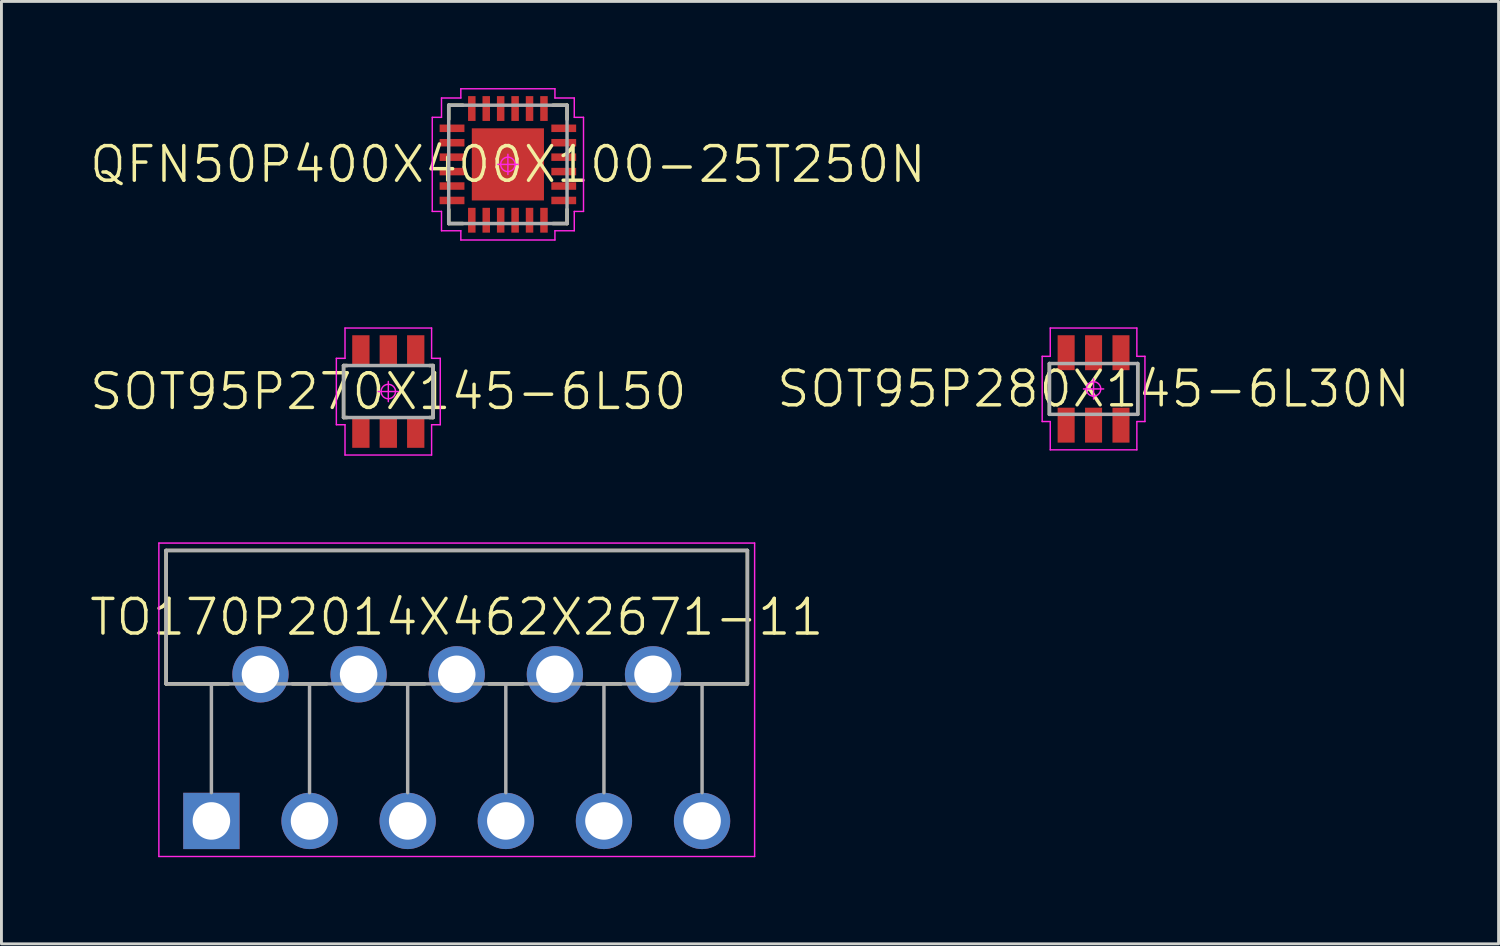
<source format=kicad_pcb>
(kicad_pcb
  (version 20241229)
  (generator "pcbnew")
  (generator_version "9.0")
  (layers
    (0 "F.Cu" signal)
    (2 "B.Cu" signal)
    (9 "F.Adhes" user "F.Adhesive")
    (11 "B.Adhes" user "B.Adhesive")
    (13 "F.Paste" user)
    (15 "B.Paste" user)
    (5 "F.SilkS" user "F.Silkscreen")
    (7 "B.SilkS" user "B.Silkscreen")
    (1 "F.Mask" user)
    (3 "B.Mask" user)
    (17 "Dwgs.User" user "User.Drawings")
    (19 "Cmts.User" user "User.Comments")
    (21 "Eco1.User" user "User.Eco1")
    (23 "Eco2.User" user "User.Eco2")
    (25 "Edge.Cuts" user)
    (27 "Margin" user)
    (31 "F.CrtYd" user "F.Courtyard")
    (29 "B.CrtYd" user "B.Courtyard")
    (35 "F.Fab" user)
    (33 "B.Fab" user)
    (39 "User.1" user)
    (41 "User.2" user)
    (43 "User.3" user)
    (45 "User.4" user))
  (footprint "SOT95P280X145-6L30N"
    (layer "F.Cu")
    (at 34.837 10.425)
    (property "Reference" "SOT95P280X145-6L30N" (at 0 0 0) (layer "F.SilkS") (effects (font (size 1.2 1.2) (thickness 0.12))))
    (attr smd)
    (fp_line (start -1.53 0.88) (end -1.53 -0.88) (stroke (width 0.12) (type solid)) (layer "F.SilkS"))
    (fp_line (start 1.53 0.88) (end 1.53 -0.88) (stroke (width 0.12) (type solid)) (layer "F.SilkS"))
    (fp_line (start -1.78 -1.13) (end -1.78 1.13) (stroke (width 0.05) (type solid)) (layer "F.CrtYd"))
    (fp_line (start -1.78 1.13) (end -1.5 1.13) (stroke (width 0.05) (type solid)) (layer "F.CrtYd"))
    (fp_line (start -1.5 -2.11) (end -1.5 -1.13) (stroke (width 0.05) (type solid)) (layer "F.CrtYd"))
    (fp_line (start -1.5 -1.13) (end -1.78 -1.13) (stroke (width 0.05) (type solid)) (layer "F.CrtYd"))
    (fp_line (start -1.5 1.13) (end -1.5 2.11) (stroke (width 0.05) (type solid)) (layer "F.CrtYd"))
    (fp_line (start -1.5 2.11) (end 1.5 2.11) (stroke (width 0.05) (type solid)) (layer "F.CrtYd"))
    (fp_line (start -0.35 0) (end 0.35 0) (stroke (width 0.05) (type solid)) (layer "F.CrtYd"))
    (fp_line (start 0 -0.35) (end 0 0.35) (stroke (width 0.05) (type solid)) (layer "F.CrtYd"))
    (fp_line (start 1.5 -2.11) (end -1.5 -2.11) (stroke (width 0.05) (type solid)) (layer "F.CrtYd"))
    (fp_line (start 1.5 -1.13) (end 1.5 -2.11) (stroke (width 0.05) (type solid)) (layer "F.CrtYd"))
    (fp_line (start 1.5 1.13) (end 1.78 1.13) (stroke (width 0.05) (type solid)) (layer "F.CrtYd"))
    (fp_line (start 1.5 2.11) (end 1.5 1.13) (stroke (width 0.05) (type solid)) (layer "F.CrtYd"))
    (fp_line (start 1.78 -1.13) (end 1.5 -1.13) (stroke (width 0.05) (type solid)) (layer "F.CrtYd"))
    (fp_line (start 1.78 1.13) (end 1.78 -1.13) (stroke (width 0.05) (type solid)) (layer "F.CrtYd"))
    (fp_circle (center 0 0) (end 0 0.25) (stroke (width 0.05) (type solid)) (fill no) (layer "F.CrtYd"))
    (fp_line (start -1.53 -0.88) (end 1.53 -0.88) (stroke (width 0.12) (type solid)) (layer "F.Fab"))
    (fp_line (start -1.53 0.88) (end -1.53 -0.88) (stroke (width 0.12) (type solid)) (layer "F.Fab"))
    (fp_line (start 1.53 -0.88) (end 1.53 0.88) (stroke (width 0.12) (type solid)) (layer "F.Fab"))
    (fp_line (start 1.53 0.88) (end -1.53 0.88) (stroke (width 0.12) (type solid)) (layer "F.Fab"))
    (pad "1" smd rect (at -0.95 1.255 90) (size 1.21 0.59) (layers "F.Cu" "F.Mask" "F.Paste"))
    (pad "2" smd rect (at 0 1.255 90) (size 1.21 0.59) (layers "F.Cu" "F.Mask" "F.Paste"))
    (pad "3" smd rect (at 0.95 1.255 90) (size 1.21 0.59) (layers "F.Cu" "F.Mask" "F.Paste"))
    (pad "4" smd rect (at 0.95 -1.255 90) (size 1.21 0.59) (layers "F.Cu" "F.Mask" "F.Paste"))
    (pad "5" smd rect (at 0 -1.255 90) (size 1.21 0.59) (layers "F.Cu" "F.Mask" "F.Paste"))
    (pad "6" smd rect (at -0.95 -1.255 90) (size 1.21 0.59) (layers "F.Cu" "F.Mask" "F.Paste")))
  (footprint "QFN50P400X400X100-25T250N"
    (layer "F.Cu")
    (at 14.546 2.645)
    (property "Reference" "QFN50P400X400X100-25T250N" (at 0 0 0) (layer "F.SilkS") (effects (font (size 1.2 1.2) (thickness 0.12))))
    (attr smd)
    (fp_line (start -2.05 -2.05) (end -2.05 -1.56) (stroke (width 0.12) (type solid)) (layer "F.SilkS"))
    (fp_line (start -2.05 2.05) (end -2.05 1.56) (stroke (width 0.12) (type solid)) (layer "F.SilkS"))
    (fp_line (start -1.56 -2.05) (end -2.05 -2.05) (stroke (width 0.12) (type solid)) (layer "F.SilkS"))
    (fp_line (start -1.56 2.05) (end -2.05 2.05) (stroke (width 0.12) (type solid)) (layer "F.SilkS"))
    (fp_line (start 1.56 -2.05) (end 2.05 -2.05) (stroke (width 0.12) (type solid)) (layer "F.SilkS"))
    (fp_line (start 1.56 2.05) (end 2.05 2.05) (stroke (width 0.12) (type solid)) (layer "F.SilkS"))
    (fp_line (start 2.05 -2.05) (end 2.05 -1.56) (stroke (width 0.12) (type solid)) (layer "F.SilkS"))
    (fp_line (start 2.05 2.05) (end 2.05 1.56) (stroke (width 0.12) (type solid)) (layer "F.SilkS"))
    (fp_line (start -2.62 -1.63) (end -2.62 1.63) (stroke (width 0.05) (type solid)) (layer "F.CrtYd"))
    (fp_line (start -2.62 1.63) (end -2.3 1.63) (stroke (width 0.05) (type solid)) (layer "F.CrtYd"))
    (fp_line (start -2.3 -2.3) (end -2.3 -1.63) (stroke (width 0.05) (type solid)) (layer "F.CrtYd"))
    (fp_line (start -2.3 -1.63) (end -2.62 -1.63) (stroke (width 0.05) (type solid)) (layer "F.CrtYd"))
    (fp_line (start -2.3 1.63) (end -2.3 2.3) (stroke (width 0.05) (type solid)) (layer "F.CrtYd"))
    (fp_line (start -2.3 2.3) (end -1.63 2.3) (stroke (width 0.05) (type solid)) (layer "F.CrtYd"))
    (fp_line (start -1.63 -2.62) (end -1.63 -2.3) (stroke (width 0.05) (type solid)) (layer "F.CrtYd"))
    (fp_line (start -1.63 -2.3) (end -2.3 -2.3) (stroke (width 0.05) (type solid)) (layer "F.CrtYd"))
    (fp_line (start -1.63 2.3) (end -1.63 2.62) (stroke (width 0.05) (type solid)) (layer "F.CrtYd"))
    (fp_line (start -1.63 2.62) (end 1.63 2.62) (stroke (width 0.05) (type solid)) (layer "F.CrtYd"))
    (fp_line (start -0.35 0) (end 0.35 0) (stroke (width 0.05) (type solid)) (layer "F.CrtYd"))
    (fp_line (start 0 -0.35) (end 0 0.35) (stroke (width 0.05) (type solid)) (layer "F.CrtYd"))
    (fp_line (start 1.63 -2.62) (end -1.63 -2.62) (stroke (width 0.05) (type solid)) (layer "F.CrtYd"))
    (fp_line (start 1.63 -2.3) (end 1.63 -2.62) (stroke (width 0.05) (type solid)) (layer "F.CrtYd"))
    (fp_line (start 1.63 2.3) (end 2.3 2.3) (stroke (width 0.05) (type solid)) (layer "F.CrtYd"))
    (fp_line (start 1.63 2.62) (end 1.63 2.3) (stroke (width 0.05) (type solid)) (layer "F.CrtYd"))
    (fp_line (start 2.3 -2.3) (end 1.63 -2.3) (stroke (width 0.05) (type solid)) (layer "F.CrtYd"))
    (fp_line (start 2.3 -1.63) (end 2.3 -2.3) (stroke (width 0.05) (type solid)) (layer "F.CrtYd"))
    (fp_line (start 2.3 1.63) (end 2.62 1.63) (stroke (width 0.05) (type solid)) (layer "F.CrtYd"))
    (fp_line (start 2.3 2.3) (end 2.3 1.63) (stroke (width 0.05) (type solid)) (layer "F.CrtYd"))
    (fp_line (start 2.62 -1.63) (end 2.3 -1.63) (stroke (width 0.05) (type solid)) (layer "F.CrtYd"))
    (fp_line (start 2.62 1.63) (end 2.62 -1.63) (stroke (width 0.05) (type solid)) (layer "F.CrtYd"))
    (fp_circle (center 0 0) (end 0 0.25) (stroke (width 0.05) (type solid)) (fill no) (layer "F.CrtYd"))
    (fp_line (start -2.05 -2.05) (end 2.05 -2.05) (stroke (width 0.12) (type solid)) (layer "F.Fab"))
    (fp_line (start -2.05 2.05) (end -2.05 -2.05) (stroke (width 0.12) (type solid)) (layer "F.Fab"))
    (fp_line (start 2.05 -2.05) (end 2.05 2.05) (stroke (width 0.12) (type solid)) (layer "F.Fab"))
    (fp_line (start 2.05 2.05) (end -2.05 2.05) (stroke (width 0.12) (type solid)) (layer "F.Fab"))
    (pad "1" smd rect (at -1.25 1.935 90) (size 0.86 0.26) (layers "F.Cu" "F.Mask" "F.Paste"))
    (pad "2" smd rect (at -0.75 1.935 90) (size 0.86 0.26) (layers "F.Cu" "F.Mask" "F.Paste"))
    (pad "3" smd rect (at -0.25 1.935 90) (size 0.86 0.26) (layers "F.Cu" "F.Mask" "F.Paste"))
    (pad "4" smd rect (at 0.25 1.935 90) (size 0.86 0.26) (layers "F.Cu" "F.Mask" "F.Paste"))
    (pad "5" smd rect (at 0.75 1.935 90) (size 0.86 0.26) (layers "F.Cu" "F.Mask" "F.Paste"))
    (pad "6" smd rect (at 1.25 1.935 90) (size 0.86 0.26) (layers "F.Cu" "F.Mask" "F.Paste"))
    (pad "7" smd rect (at 1.935 1.25) (size 0.86 0.26) (layers "F.Cu" "F.Mask" "F.Paste"))
    (pad "8" smd rect (at 1.935 0.75) (size 0.86 0.26) (layers "F.Cu" "F.Mask" "F.Paste"))
    (pad "9" smd rect (at 1.935 0.25) (size 0.86 0.26) (layers "F.Cu" "F.Mask" "F.Paste"))
    (pad "10" smd rect (at 1.935 -0.25) (size 0.86 0.26) (layers "F.Cu" "F.Mask" "F.Paste"))
    (pad "11" smd rect (at 1.935 -0.75) (size 0.86 0.26) (layers "F.Cu" "F.Mask" "F.Paste"))
    (pad "12" smd rect (at 1.935 -1.25) (size 0.86 0.26) (layers "F.Cu" "F.Mask" "F.Paste"))
    (pad "13" smd rect (at 1.25 -1.935 90) (size 0.86 0.26) (layers "F.Cu" "F.Mask" "F.Paste"))
    (pad "14" smd rect (at 0.75 -1.935 90) (size 0.86 0.26) (layers "F.Cu" "F.Mask" "F.Paste"))
    (pad "15" smd rect (at 0.25 -1.935 90) (size 0.86 0.26) (layers "F.Cu" "F.Mask" "F.Paste"))
    (pad "16" smd rect (at -0.25 -1.935 90) (size 0.86 0.26) (layers "F.Cu" "F.Mask" "F.Paste"))
    (pad "17" smd rect (at -0.75 -1.935 90) (size 0.86 0.26) (layers "F.Cu" "F.Mask" "F.Paste"))
    (pad "18" smd rect (at -1.25 -1.935 90) (size 0.86 0.26) (layers "F.Cu" "F.Mask" "F.Paste"))
    (pad "19" smd rect (at -1.935 -1.25) (size 0.86 0.26) (layers "F.Cu" "F.Mask" "F.Paste"))
    (pad "20" smd rect (at -1.935 -0.75) (size 0.86 0.26) (layers "F.Cu" "F.Mask" "F.Paste"))
    (pad "21" smd rect (at -1.935 -0.25) (size 0.86 0.26) (layers "F.Cu" "F.Mask" "F.Paste"))
    (pad "22" smd rect (at -1.935 0.25) (size 0.86 0.26) (layers "F.Cu" "F.Mask" "F.Paste"))
    (pad "23" smd rect (at -1.935 0.75) (size 0.86 0.26) (layers "F.Cu" "F.Mask" "F.Paste"))
    (pad "24" smd rect (at -1.935 1.25) (size 0.86 0.26) (layers "F.Cu" "F.Mask" "F.Paste"))
    (pad "25" smd rect (at 0 0 90) (size 2.5 2.5) (layers "F.Cu" "F.Mask")))
  (footprint "SOT95P270X145-6L50"
    (layer "F.Cu")
    (at 10.403 10.515)
    (property "Reference" "SOT95P270X145-6L50" (at 0 0 0) (layer "F.SilkS") (effects (font (size 1.2 1.2) (thickness 0.12))))
    (attr smd)
    (fp_line (start -1.55 -0.9) (end -1.43 -0.9) (stroke (width 0.12) (type solid)) (layer "F.SilkS"))
    (fp_line (start -1.55 0.9) (end -1.55 -0.9) (stroke (width 0.12) (type solid)) (layer "F.SilkS"))
    (fp_line (start -1.43 0.9) (end -1.55 0.9) (stroke (width 0.12) (type solid)) (layer "F.SilkS"))
    (fp_line (start 1.43 0.9) (end 1.55 0.9) (stroke (width 0.12) (type solid)) (layer "F.SilkS"))
    (fp_line (start 1.55 -0.9) (end 1.43 -0.9) (stroke (width 0.12) (type solid)) (layer "F.SilkS"))
    (fp_line (start 1.55 0.9) (end 1.55 -0.9) (stroke (width 0.12) (type solid)) (layer "F.SilkS"))
    (fp_line (start -1.8 -1.15) (end -1.8 1.15) (stroke (width 0.05) (type solid)) (layer "F.CrtYd"))
    (fp_line (start -1.8 1.15) (end -1.5 1.15) (stroke (width 0.05) (type solid)) (layer "F.CrtYd"))
    (fp_line (start -1.5 -2.2) (end -1.5 -1.15) (stroke (width 0.05) (type solid)) (layer "F.CrtYd"))
    (fp_line (start -1.5 -1.15) (end -1.8 -1.15) (stroke (width 0.05) (type solid)) (layer "F.CrtYd"))
    (fp_line (start -1.5 1.15) (end -1.5 2.2) (stroke (width 0.05) (type solid)) (layer "F.CrtYd"))
    (fp_line (start -1.5 2.2) (end 1.5 2.2) (stroke (width 0.05) (type solid)) (layer "F.CrtYd"))
    (fp_line (start -0.35 0) (end 0.35 0) (stroke (width 0.05) (type solid)) (layer "F.CrtYd"))
    (fp_line (start 0 -0.35) (end 0 0.35) (stroke (width 0.05) (type solid)) (layer "F.CrtYd"))
    (fp_line (start 1.5 -2.2) (end -1.5 -2.2) (stroke (width 0.05) (type solid)) (layer "F.CrtYd"))
    (fp_line (start 1.5 -1.15) (end 1.5 -2.2) (stroke (width 0.05) (type solid)) (layer "F.CrtYd"))
    (fp_line (start 1.5 1.15) (end 1.8 1.15) (stroke (width 0.05) (type solid)) (layer "F.CrtYd"))
    (fp_line (start 1.5 2.2) (end 1.5 1.15) (stroke (width 0.05) (type solid)) (layer "F.CrtYd"))
    (fp_line (start 1.8 -1.15) (end 1.5 -1.15) (stroke (width 0.05) (type solid)) (layer "F.CrtYd"))
    (fp_line (start 1.8 1.15) (end 1.8 -1.15) (stroke (width 0.05) (type solid)) (layer "F.CrtYd"))
    (fp_circle (center 0 0) (end 0 0.25) (stroke (width 0.05) (type solid)) (fill no) (layer "F.CrtYd"))
    (fp_line (start -1.55 -0.9) (end 1.55 -0.9) (stroke (width 0.12) (type solid)) (layer "F.Fab"))
    (fp_line (start -1.55 0.9) (end -1.55 -0.9) (stroke (width 0.12) (type solid)) (layer "F.Fab"))
    (fp_line (start 1.55 -0.9) (end 1.55 0.9) (stroke (width 0.12) (type solid)) (layer "F.Fab"))
    (fp_line (start 1.55 0.9) (end -1.55 0.9) (stroke (width 0.12) (type solid)) (layer "F.Fab"))
    (pad "1" smd rect (at -0.95 1.4 90) (size 1.1 0.6) (layers "F.Cu" "F.Mask" "F.Paste"))
    (pad "2" smd rect (at 0 1.4 90) (size 1.1 0.6) (layers "F.Cu" "F.Mask" "F.Paste"))
    (pad "3" smd rect (at 0.95 1.4 90) (size 1.1 0.6) (layers "F.Cu" "F.Mask" "F.Paste"))
    (pad "4" smd rect (at 0.95 -1.4 90) (size 1.1 0.6) (layers "F.Cu" "F.Mask" "F.Paste"))
    (pad "5" smd rect (at 0 -1.4 90) (size 1.1 0.6) (layers "F.Cu" "F.Mask" "F.Paste"))
    (pad "6" smd rect (at -0.95 -1.4 90) (size 1.1 0.6) (layers "F.Cu" "F.Mask" "F.Paste")))
  (footprint "TO170P2014X462X2671-11"
    (layer "F.Cu")
    (at 4.274 25.392)
    (property "Reference" "TO170P2014X462X2671-11" (at 8.5 -7.06 0) (layer "F.SilkS") (effects (font (size 1.2 1.2) (thickness 0.12))))
    (attr through_hole)
    (fp_line (start -1.57 -9.37) (end 18.57 -9.37) (stroke (width 0.12) (type solid)) (layer "F.SilkS"))
    (fp_line (start -1.57 -4.75) (end -1.57 -9.37) (stroke (width 0.12) (type solid)) (layer "F.SilkS"))
    (fp_line (start -1.57 -4.75) (end 0.593 -4.75) (stroke (width 0.12) (type solid)) (layer "F.SilkS"))
    (fp_line (start 2.807 -4.75) (end 3.993 -4.75) (stroke (width 0.12) (type solid)) (layer "F.SilkS"))
    (fp_line (start 6.207 -4.75) (end 7.393 -4.75) (stroke (width 0.12) (type solid)) (layer "F.SilkS"))
    (fp_line (start 9.607 -4.75) (end 10.793 -4.75) (stroke (width 0.12) (type solid)) (layer "F.SilkS"))
    (fp_line (start 13.007 -4.75) (end 14.193 -4.75) (stroke (width 0.12) (type solid)) (layer "F.SilkS"))
    (fp_line (start 16.407 -4.75) (end 18.57 -4.75) (stroke (width 0.12) (type solid)) (layer "F.SilkS"))
    (fp_line (start 18.57 -9.37) (end 18.57 -4.75) (stroke (width 0.12) (type solid)) (layer "F.SilkS"))
    (fp_line (start -1.82 -9.627) (end 18.82 -9.627) (stroke (width 0.05) (type solid)) (layer "F.CrtYd"))
    (fp_line (start -1.82 1.232) (end -1.82 -9.627) (stroke (width 0.05) (type solid)) (layer "F.CrtYd"))
    (fp_line (start 0 -0.35) (end 0 0.35) (stroke (width 0.05) (type solid)) (layer "F.CrtYd"))
    (fp_line (start 0.35 0) (end -0.35 0) (stroke (width 0.05) (type solid)) (layer "F.CrtYd"))
    (fp_line (start 18.82 -9.627) (end 18.82 1.232) (stroke (width 0.05) (type solid)) (layer "F.CrtYd"))
    (fp_line (start 18.82 1.232) (end -1.82 1.232) (stroke (width 0.05) (type solid)) (layer "F.CrtYd"))
    (fp_circle (center 0 0) (end 0 0.25) (stroke (width 0.05) (type solid)) (fill no) (layer "F.CrtYd"))
    (fp_line (start -1.57 -9.37) (end 18.57 -9.37) (stroke (width 0.12) (type solid)) (layer "F.Fab"))
    (fp_line (start -1.57 -4.75) (end -1.57 -9.37) (stroke (width 0.12) (type solid)) (layer "F.Fab"))
    (fp_line (start 0 -0.98) (end 0 -4.75) (stroke (width 0.12) (type solid)) (layer "F.Fab"))
    (fp_line (start 3.4 -0.98) (end 3.4 -4.75) (stroke (width 0.12) (type solid)) (layer "F.Fab"))
    (fp_line (start 6.8 -0.98) (end 6.8 -4.75) (stroke (width 0.12) (type solid)) (layer "F.Fab"))
    (fp_line (start 10.2 -0.98) (end 10.2 -4.75) (stroke (width 0.12) (type solid)) (layer "F.Fab"))
    (fp_line (start 13.6 -0.98) (end 13.6 -4.75) (stroke (width 0.12) (type solid)) (layer "F.Fab"))
    (fp_line (start 17 -0.98) (end 17 -4.75) (stroke (width 0.12) (type solid)) (layer "F.Fab"))
    (fp_line (start 18.57 -9.37) (end 18.57 -4.75) (stroke (width 0.12) (type solid)) (layer "F.Fab"))
    (fp_line (start 18.57 -4.75) (end -1.57 -4.75) (stroke (width 0.12) (type solid)) (layer "F.Fab"))
    (pad "1" thru_hole rect (at 0 0 90) (size 1.95 1.95) (drill 1.3) (layers "*.Cu" "*.Mask"))
    (pad "2" thru_hole circle (at 1.7 -5.08) (size 1.95 1.95) (drill 1.3) (layers "*.Cu" "*.Mask"))
    (pad "3" thru_hole circle (at 3.4 0) (size 1.95 1.95) (drill 1.3) (layers "*.Cu" "*.Mask"))
    (pad "4" thru_hole circle (at 5.1 -5.08) (size 1.95 1.95) (drill 1.3) (layers "*.Cu" "*.Mask"))
    (pad "5" thru_hole circle (at 6.8 0) (size 1.95 1.95) (drill 1.3) (layers "*.Cu" "*.Mask"))
    (pad "6" thru_hole circle (at 8.5 -5.08) (size 1.95 1.95) (drill 1.3) (layers "*.Cu" "*.Mask"))
    (pad "7" thru_hole circle (at 10.2 0) (size 1.95 1.95) (drill 1.3) (layers "*.Cu" "*.Mask"))
    (pad "8" thru_hole circle (at 11.9 -5.08) (size 1.95 1.95) (drill 1.3) (layers "*.Cu" "*.Mask"))
    (pad "9" thru_hole circle (at 13.6 0) (size 1.95 1.95) (drill 1.3) (layers "*.Cu" "*.Mask"))
    (pad "10" thru_hole circle (at 15.3 -5.08) (size 1.95 1.95) (drill 1.3) (layers "*.Cu" "*.Mask"))
    (pad "11" thru_hole circle (at 17 0) (size 1.95 1.95) (drill 1.3) (layers "*.Cu" "*.Mask")))
  (gr_rect
    (start -3 -3)
    (end 48.869 29.65)
    (stroke (width 0.1) (type default))
    (fill no)
    (layer "Edge.Cuts")))
</source>
